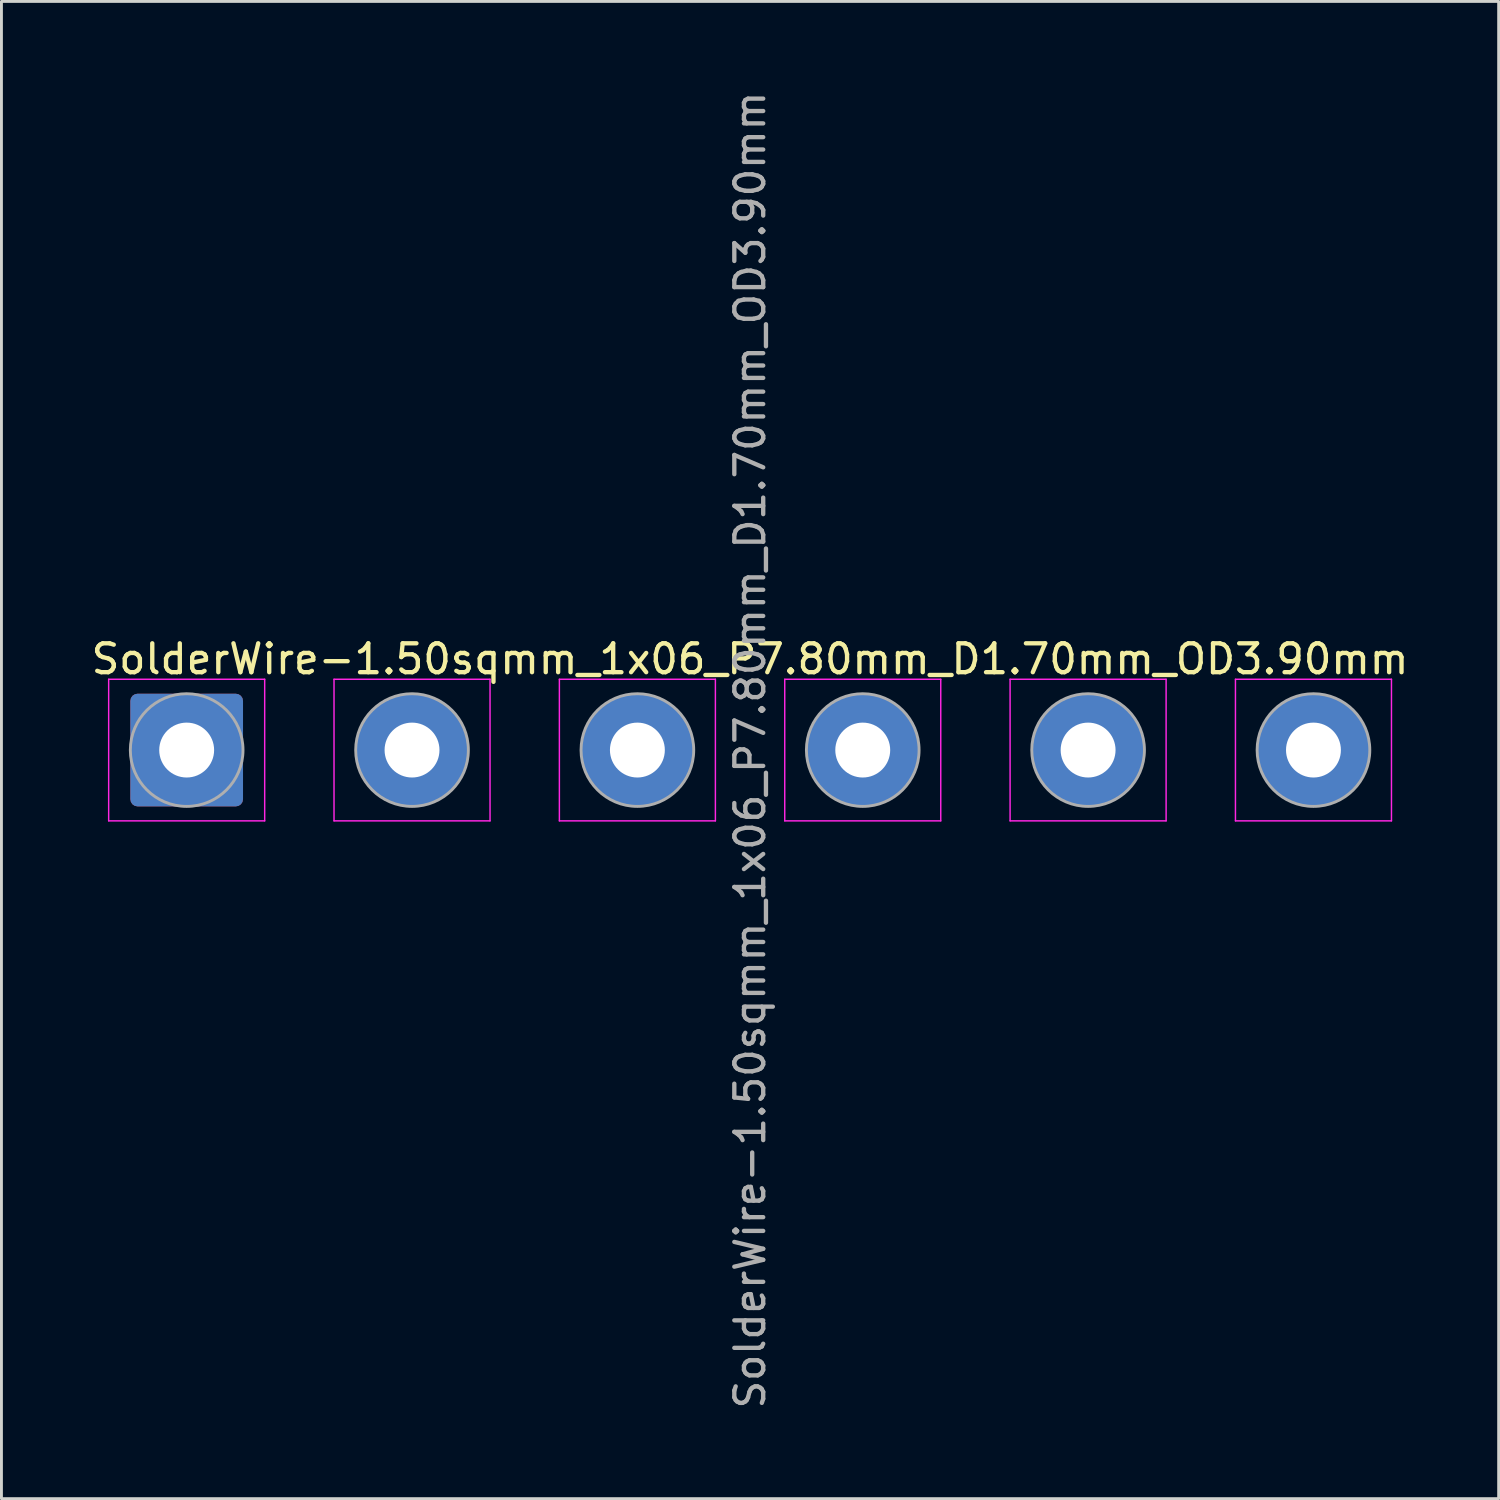
<source format=kicad_pcb>
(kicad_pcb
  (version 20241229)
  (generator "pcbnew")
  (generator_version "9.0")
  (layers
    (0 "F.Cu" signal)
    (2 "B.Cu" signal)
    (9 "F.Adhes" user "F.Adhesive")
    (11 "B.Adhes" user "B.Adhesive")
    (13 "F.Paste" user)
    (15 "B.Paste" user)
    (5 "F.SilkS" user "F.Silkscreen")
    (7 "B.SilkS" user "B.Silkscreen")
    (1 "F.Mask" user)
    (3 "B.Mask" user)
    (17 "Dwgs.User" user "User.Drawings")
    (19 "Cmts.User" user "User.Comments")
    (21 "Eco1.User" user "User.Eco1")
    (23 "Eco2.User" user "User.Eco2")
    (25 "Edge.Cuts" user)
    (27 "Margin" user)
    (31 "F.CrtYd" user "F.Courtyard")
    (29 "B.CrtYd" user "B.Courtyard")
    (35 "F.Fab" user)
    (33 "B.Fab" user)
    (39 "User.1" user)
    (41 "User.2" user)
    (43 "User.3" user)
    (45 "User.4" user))
  (footprint "SolderWire-1.50sqmm_1x06_P7.80mm_D1.70mm_OD3.90mm"
    (layer "F.Cu")
    (at 3.411 22.911)
    (property "Reference" "SolderWire-1.50sqmm_1x06_P7.80mm_D1.70mm_OD3.90mm" (at 19.5 -3.15 0) (layer "F.SilkS") (effects (font (size 1 1) (thickness 0.15))))
    (attr exclude_from_pos_files exclude_from_bom)
    (fp_line (start -2.7 -2.45) (end -2.7 2.45) (stroke (width 0.05) (type solid)) (layer "F.CrtYd"))
    (fp_line (start -2.7 2.45) (end 2.7 2.45) (stroke (width 0.05) (type solid)) (layer "F.CrtYd"))
    (fp_line (start 2.7 -2.45) (end -2.7 -2.45) (stroke (width 0.05) (type solid)) (layer "F.CrtYd"))
    (fp_line (start 2.7 2.45) (end 2.7 -2.45) (stroke (width 0.05) (type solid)) (layer "F.CrtYd"))
    (fp_line (start 5.1 -2.45) (end 5.1 2.45) (stroke (width 0.05) (type solid)) (layer "F.CrtYd"))
    (fp_line (start 5.1 2.45) (end 10.5 2.45) (stroke (width 0.05) (type solid)) (layer "F.CrtYd"))
    (fp_line (start 10.5 -2.45) (end 5.1 -2.45) (stroke (width 0.05) (type solid)) (layer "F.CrtYd"))
    (fp_line (start 10.5 2.45) (end 10.5 -2.45) (stroke (width 0.05) (type solid)) (layer "F.CrtYd"))
    (fp_line (start 12.9 -2.45) (end 12.9 2.45) (stroke (width 0.05) (type solid)) (layer "F.CrtYd"))
    (fp_line (start 12.9 2.45) (end 18.3 2.45) (stroke (width 0.05) (type solid)) (layer "F.CrtYd"))
    (fp_line (start 18.3 -2.45) (end 12.9 -2.45) (stroke (width 0.05) (type solid)) (layer "F.CrtYd"))
    (fp_line (start 18.3 2.45) (end 18.3 -2.45) (stroke (width 0.05) (type solid)) (layer "F.CrtYd"))
    (fp_line (start 20.7 -2.45) (end 20.7 2.45) (stroke (width 0.05) (type solid)) (layer "F.CrtYd"))
    (fp_line (start 20.7 2.45) (end 26.1 2.45) (stroke (width 0.05) (type solid)) (layer "F.CrtYd"))
    (fp_line (start 26.1 -2.45) (end 20.7 -2.45) (stroke (width 0.05) (type solid)) (layer "F.CrtYd"))
    (fp_line (start 26.1 2.45) (end 26.1 -2.45) (stroke (width 0.05) (type solid)) (layer "F.CrtYd"))
    (fp_line (start 28.5 -2.45) (end 28.5 2.45) (stroke (width 0.05) (type solid)) (layer "F.CrtYd"))
    (fp_line (start 28.5 2.45) (end 33.9 2.45) (stroke (width 0.05) (type solid)) (layer "F.CrtYd"))
    (fp_line (start 33.9 -2.45) (end 28.5 -2.45) (stroke (width 0.05) (type solid)) (layer "F.CrtYd"))
    (fp_line (start 33.9 2.45) (end 33.9 -2.45) (stroke (width 0.05) (type solid)) (layer "F.CrtYd"))
    (fp_line (start 36.3 -2.45) (end 36.3 2.45) (stroke (width 0.05) (type solid)) (layer "F.CrtYd"))
    (fp_line (start 36.3 2.45) (end 41.7 2.45) (stroke (width 0.05) (type solid)) (layer "F.CrtYd"))
    (fp_line (start 41.7 -2.45) (end 36.3 -2.45) (stroke (width 0.05) (type solid)) (layer "F.CrtYd"))
    (fp_line (start 41.7 2.45) (end 41.7 -2.45) (stroke (width 0.05) (type solid)) (layer "F.CrtYd"))
    (fp_circle (center 0 0) (end 1.95 0) (stroke (width 0.1) (type solid)) (fill no) (layer "F.Fab"))
    (fp_circle (center 7.8 0) (end 9.75 0) (stroke (width 0.1) (type solid)) (fill no) (layer "F.Fab"))
    (fp_circle (center 15.6 0) (end 17.55 0) (stroke (width 0.1) (type solid)) (fill no) (layer "F.Fab"))
    (fp_circle (center 23.4 0) (end 25.35 0) (stroke (width 0.1) (type solid)) (fill no) (layer "F.Fab"))
    (fp_circle (center 31.2 0) (end 33.15 0) (stroke (width 0.1) (type solid)) (fill no) (layer "F.Fab"))
    (fp_circle (center 39 0) (end 40.95 0) (stroke (width 0.1) (type solid)) (fill no) (layer "F.Fab"))
    (fp_text user "${REFERENCE}" (at 19.5 0 90) (layer "F.Fab") (effects (font (size 1 1) (thickness 0.15))))
    (pad "1" thru_hole roundrect (at 0 0) (size 3.9 3.9) (drill 1.9) (layers "*.Cu" "*.Mask") (roundrect_rratio 0.064))
    (pad "2" thru_hole circle (at 7.8 0) (size 3.9 3.9) (drill 1.9) (layers "*.Cu" "*.Mask"))
    (pad "3" thru_hole circle (at 15.6 0) (size 3.9 3.9) (drill 1.9) (layers "*.Cu" "*.Mask"))
    (pad "4" thru_hole circle (at 23.4 0) (size 3.9 3.9) (drill 1.9) (layers "*.Cu" "*.Mask"))
    (pad "5" thru_hole circle (at 31.2 0) (size 3.9 3.9) (drill 1.9) (layers "*.Cu" "*.Mask"))
    (pad "6" thru_hole circle (at 39 0) (size 3.9 3.9) (drill 1.9) (layers "*.Cu" "*.Mask")))
  (gr_rect
    (start -3 -3)
    (end 48.821 48.821)
    (stroke (width 0.1) (type default))
    (fill no)
    (layer "Edge.Cuts")))
</source>
